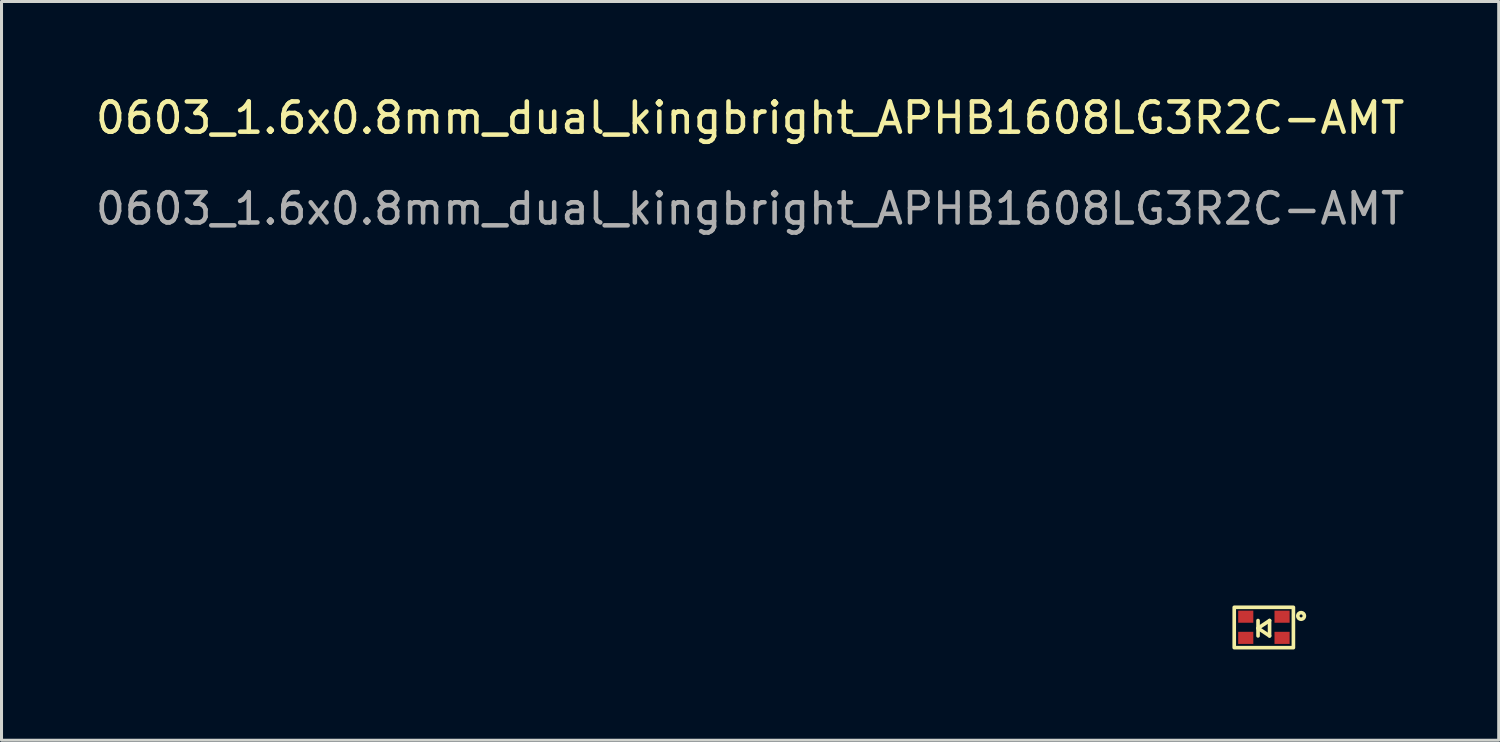
<source format=kicad_pcb>
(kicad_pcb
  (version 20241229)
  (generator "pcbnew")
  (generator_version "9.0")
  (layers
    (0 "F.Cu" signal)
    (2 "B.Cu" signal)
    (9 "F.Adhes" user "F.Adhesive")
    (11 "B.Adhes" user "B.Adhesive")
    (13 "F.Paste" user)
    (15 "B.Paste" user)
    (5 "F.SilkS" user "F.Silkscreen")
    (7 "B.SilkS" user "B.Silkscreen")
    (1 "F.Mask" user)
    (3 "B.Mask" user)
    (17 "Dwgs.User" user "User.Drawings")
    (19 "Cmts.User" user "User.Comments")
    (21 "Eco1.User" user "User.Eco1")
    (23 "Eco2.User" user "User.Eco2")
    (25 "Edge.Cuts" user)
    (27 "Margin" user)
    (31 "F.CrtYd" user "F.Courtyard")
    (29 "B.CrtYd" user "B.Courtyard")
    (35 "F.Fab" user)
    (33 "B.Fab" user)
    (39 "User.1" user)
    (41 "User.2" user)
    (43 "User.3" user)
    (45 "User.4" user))
  (footprint "0603_1.6x0.8mm_dual_kingbright_APHB1608LG3R2C-AMT"
    (layer "F.Cu")
    (at 38.127 17.334)
    (property "Reference" "0603_1.6x0.8mm_dual_kingbright_APHB1608LG3R2C-AMT" (at -16.383 -16.486 0) (unlocked yes) (layer "F.SilkS") (effects (font (size 1 1) (thickness 0.15))))
    (attr smd)
    (fp_line (start 0.406 0.381) (end 0.787 0.635) (stroke (width 0.12) (type solid)) (layer "F.SilkS"))
    (fp_line (start 0.406 0.635) (end 0.406 0.127) (stroke (width 0.12) (type solid)) (layer "F.SilkS"))
    (fp_line (start 0.787 0.127) (end 0.406 0.381) (stroke (width 0.12) (type solid)) (layer "F.SilkS"))
    (fp_line (start 0.787 0.635) (end 0.787 0.127) (stroke (width 0.12) (type solid)) (layer "F.SilkS"))
    (fp_rect (start -0.381 -0.31) (end 1.575 1.024) (stroke (width 0.12) (type solid)) (fill no) (layer "F.SilkS"))
    (fp_circle (center 1.829 -0.025) (end 1.829 0.025) (stroke (width 0.12) (type solid)) (fill no) (layer "F.SilkS"))
    (fp_text user "${REFERENCE}" (at -16.383 -13.486 0) (unlocked yes) (layer "F.Fab") (effects (font (size 1 1) (thickness 0.15))))
    (pad "1" smd rect (at 1.2 0) (size 0.5 0.4) (layers "F.Cu" "F.Mask" "F.Paste"))
    (pad "2" smd rect (at 0 0) (size 0.5 0.4) (layers "F.Cu" "F.Mask" "F.Paste"))
    (pad "3" smd rect (at 1.2 0.7) (size 0.5 0.4) (layers "F.Cu" "F.Mask" "F.Paste"))
    (pad "4" smd rect (at 0 0.7) (size 0.5 0.4) (layers "F.Cu" "F.Mask" "F.Paste")))
  (gr_rect
    (start -3 -3)
    (end 46.488 21.418)
    (stroke (width 0.1) (type default))
    (fill no)
    (layer "Edge.Cuts")))
</source>
